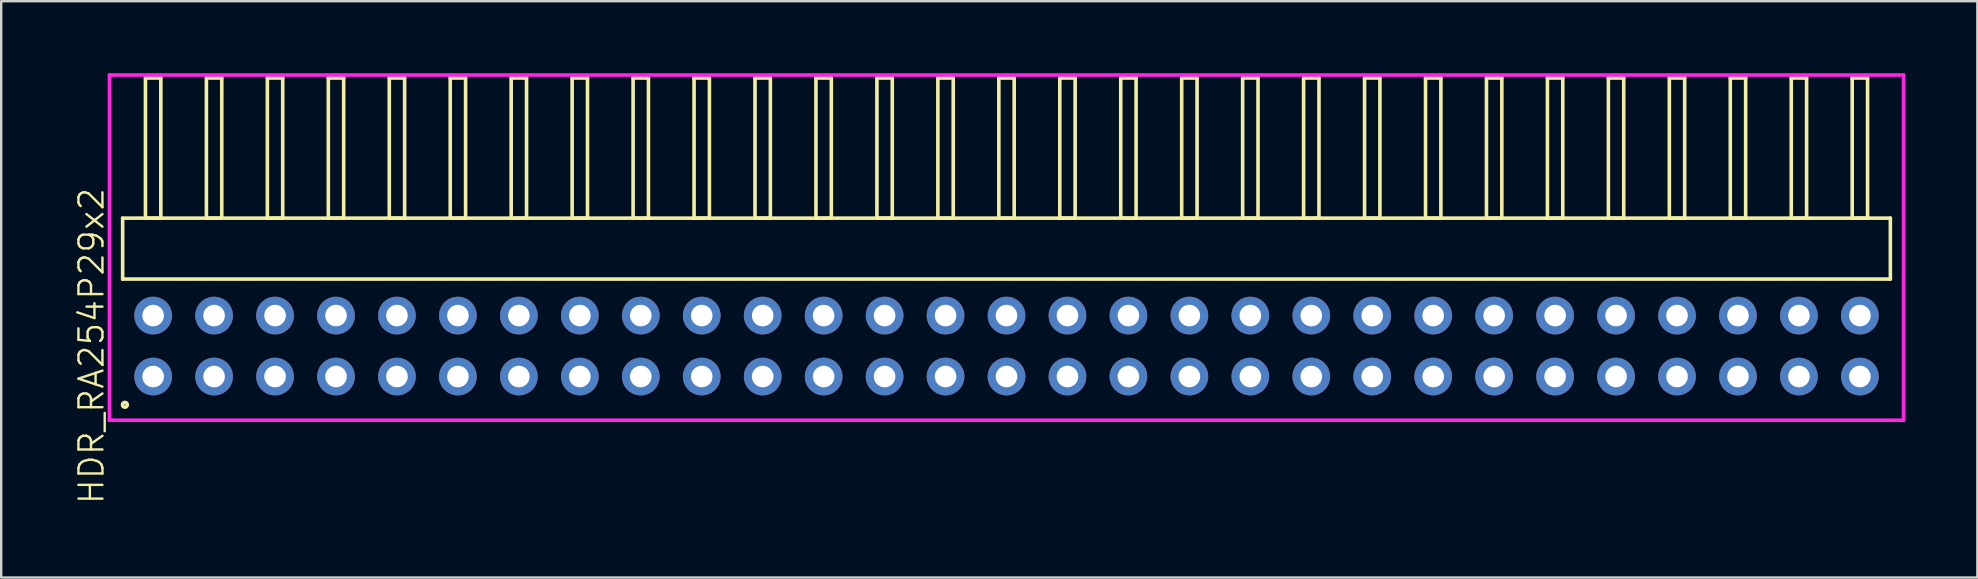
<source format=kicad_pcb>
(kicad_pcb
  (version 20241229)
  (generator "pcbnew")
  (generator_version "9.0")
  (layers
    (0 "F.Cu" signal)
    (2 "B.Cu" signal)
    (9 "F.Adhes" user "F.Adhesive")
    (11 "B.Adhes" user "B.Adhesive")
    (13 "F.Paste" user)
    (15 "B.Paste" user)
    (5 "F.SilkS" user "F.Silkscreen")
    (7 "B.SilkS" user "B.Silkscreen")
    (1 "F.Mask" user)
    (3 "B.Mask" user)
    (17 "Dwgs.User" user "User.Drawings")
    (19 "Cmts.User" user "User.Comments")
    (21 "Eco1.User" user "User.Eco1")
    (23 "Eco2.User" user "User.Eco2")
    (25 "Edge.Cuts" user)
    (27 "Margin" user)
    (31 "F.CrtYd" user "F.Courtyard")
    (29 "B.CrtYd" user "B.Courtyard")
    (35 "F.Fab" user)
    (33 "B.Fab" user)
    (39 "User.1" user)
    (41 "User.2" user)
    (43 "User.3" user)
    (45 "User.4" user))
  (footprint "HDR_RA254P29x2"
    (layer "F.Cu")
    (at 38.891 11.37)
    (property "Reference" "HDR_RA254P29x2" (at -38.13 0 90) (layer "F.SilkS") (effects (font (size 1 1) (thickness 0.1))))
    (attr through_hole)
    (fp_line (start -36.83 -5.33) (end -36.83 -2.79) (stroke (width 0.15) (type solid)) (layer "F.SilkS"))
    (fp_line (start -36.83 -2.79) (end 36.83 -2.79) (stroke (width 0.15) (type solid)) (layer "F.SilkS"))
    (fp_line (start -35.88 -11.17) (end -35.88 -5.33) (stroke (width 0.15) (type solid)) (layer "F.SilkS"))
    (fp_line (start -35.88 -5.33) (end -35.24 -5.33) (stroke (width 0.15) (type solid)) (layer "F.SilkS"))
    (fp_line (start -35.24 -11.17) (end -35.88 -11.17) (stroke (width 0.15) (type solid)) (layer "F.SilkS"))
    (fp_line (start -35.24 -5.33) (end -35.24 -11.17) (stroke (width 0.15) (type solid)) (layer "F.SilkS"))
    (fp_line (start -33.34 -11.17) (end -33.34 -5.33) (stroke (width 0.15) (type solid)) (layer "F.SilkS"))
    (fp_line (start -33.34 -5.33) (end -32.7 -5.33) (stroke (width 0.15) (type solid)) (layer "F.SilkS"))
    (fp_line (start -32.7 -11.17) (end -33.34 -11.17) (stroke (width 0.15) (type solid)) (layer "F.SilkS"))
    (fp_line (start -32.7 -5.33) (end -32.7 -11.17) (stroke (width 0.15) (type solid)) (layer "F.SilkS"))
    (fp_line (start -30.8 -11.17) (end -30.8 -5.33) (stroke (width 0.15) (type solid)) (layer "F.SilkS"))
    (fp_line (start -30.8 -5.33) (end -30.16 -5.33) (stroke (width 0.15) (type solid)) (layer "F.SilkS"))
    (fp_line (start -30.16 -11.17) (end -30.8 -11.17) (stroke (width 0.15) (type solid)) (layer "F.SilkS"))
    (fp_line (start -30.16 -5.33) (end -30.16 -11.17) (stroke (width 0.15) (type solid)) (layer "F.SilkS"))
    (fp_line (start -28.26 -11.17) (end -28.26 -5.33) (stroke (width 0.15) (type solid)) (layer "F.SilkS"))
    (fp_line (start -28.26 -5.33) (end -27.62 -5.33) (stroke (width 0.15) (type solid)) (layer "F.SilkS"))
    (fp_line (start -27.62 -11.17) (end -28.26 -11.17) (stroke (width 0.15) (type solid)) (layer "F.SilkS"))
    (fp_line (start -27.62 -5.33) (end -27.62 -11.17) (stroke (width 0.15) (type solid)) (layer "F.SilkS"))
    (fp_line (start -25.72 -11.17) (end -25.72 -5.33) (stroke (width 0.15) (type solid)) (layer "F.SilkS"))
    (fp_line (start -25.72 -5.33) (end -25.08 -5.33) (stroke (width 0.15) (type solid)) (layer "F.SilkS"))
    (fp_line (start -25.08 -11.17) (end -25.72 -11.17) (stroke (width 0.15) (type solid)) (layer "F.SilkS"))
    (fp_line (start -25.08 -5.33) (end -25.08 -11.17) (stroke (width 0.15) (type solid)) (layer "F.SilkS"))
    (fp_line (start -23.18 -11.17) (end -23.18 -5.33) (stroke (width 0.15) (type solid)) (layer "F.SilkS"))
    (fp_line (start -23.18 -5.33) (end -22.54 -5.33) (stroke (width 0.15) (type solid)) (layer "F.SilkS"))
    (fp_line (start -22.54 -11.17) (end -23.18 -11.17) (stroke (width 0.15) (type solid)) (layer "F.SilkS"))
    (fp_line (start -22.54 -5.33) (end -22.54 -11.17) (stroke (width 0.15) (type solid)) (layer "F.SilkS"))
    (fp_line (start -20.64 -11.17) (end -20.64 -5.33) (stroke (width 0.15) (type solid)) (layer "F.SilkS"))
    (fp_line (start -20.64 -5.33) (end -20 -5.33) (stroke (width 0.15) (type solid)) (layer "F.SilkS"))
    (fp_line (start -20 -11.17) (end -20.64 -11.17) (stroke (width 0.15) (type solid)) (layer "F.SilkS"))
    (fp_line (start -20 -5.33) (end -20 -11.17) (stroke (width 0.15) (type solid)) (layer "F.SilkS"))
    (fp_line (start -18.1 -11.17) (end -18.1 -5.33) (stroke (width 0.15) (type solid)) (layer "F.SilkS"))
    (fp_line (start -18.1 -5.33) (end -17.46 -5.33) (stroke (width 0.15) (type solid)) (layer "F.SilkS"))
    (fp_line (start -17.46 -11.17) (end -18.1 -11.17) (stroke (width 0.15) (type solid)) (layer "F.SilkS"))
    (fp_line (start -17.46 -5.33) (end -17.46 -11.17) (stroke (width 0.15) (type solid)) (layer "F.SilkS"))
    (fp_line (start -15.56 -11.17) (end -15.56 -5.33) (stroke (width 0.15) (type solid)) (layer "F.SilkS"))
    (fp_line (start -15.56 -5.33) (end -14.92 -5.33) (stroke (width 0.15) (type solid)) (layer "F.SilkS"))
    (fp_line (start -14.92 -11.17) (end -15.56 -11.17) (stroke (width 0.15) (type solid)) (layer "F.SilkS"))
    (fp_line (start -14.92 -5.33) (end -14.92 -11.17) (stroke (width 0.15) (type solid)) (layer "F.SilkS"))
    (fp_line (start -13.02 -11.17) (end -13.02 -5.33) (stroke (width 0.15) (type solid)) (layer "F.SilkS"))
    (fp_line (start -13.02 -5.33) (end -12.38 -5.33) (stroke (width 0.15) (type solid)) (layer "F.SilkS"))
    (fp_line (start -12.38 -11.17) (end -13.02 -11.17) (stroke (width 0.15) (type solid)) (layer "F.SilkS"))
    (fp_line (start -12.38 -5.33) (end -12.38 -11.17) (stroke (width 0.15) (type solid)) (layer "F.SilkS"))
    (fp_line (start -10.48 -11.17) (end -10.48 -5.33) (stroke (width 0.15) (type solid)) (layer "F.SilkS"))
    (fp_line (start -10.48 -5.33) (end -9.84 -5.33) (stroke (width 0.15) (type solid)) (layer "F.SilkS"))
    (fp_line (start -9.84 -11.17) (end -10.48 -11.17) (stroke (width 0.15) (type solid)) (layer "F.SilkS"))
    (fp_line (start -9.84 -5.33) (end -9.84 -11.17) (stroke (width 0.15) (type solid)) (layer "F.SilkS"))
    (fp_line (start -7.94 -11.17) (end -7.94 -5.33) (stroke (width 0.15) (type solid)) (layer "F.SilkS"))
    (fp_line (start -7.94 -5.33) (end -7.3 -5.33) (stroke (width 0.15) (type solid)) (layer "F.SilkS"))
    (fp_line (start -7.3 -11.17) (end -7.94 -11.17) (stroke (width 0.15) (type solid)) (layer "F.SilkS"))
    (fp_line (start -7.3 -5.33) (end -7.3 -11.17) (stroke (width 0.15) (type solid)) (layer "F.SilkS"))
    (fp_line (start -5.4 -11.17) (end -5.4 -5.33) (stroke (width 0.15) (type solid)) (layer "F.SilkS"))
    (fp_line (start -5.4 -5.33) (end -4.76 -5.33) (stroke (width 0.15) (type solid)) (layer "F.SilkS"))
    (fp_line (start -4.76 -11.17) (end -5.4 -11.17) (stroke (width 0.15) (type solid)) (layer "F.SilkS"))
    (fp_line (start -4.76 -5.33) (end -4.76 -11.17) (stroke (width 0.15) (type solid)) (layer "F.SilkS"))
    (fp_line (start -2.86 -11.17) (end -2.86 -5.33) (stroke (width 0.15) (type solid)) (layer "F.SilkS"))
    (fp_line (start -2.86 -5.33) (end -2.22 -5.33) (stroke (width 0.15) (type solid)) (layer "F.SilkS"))
    (fp_line (start -2.22 -11.17) (end -2.86 -11.17) (stroke (width 0.15) (type solid)) (layer "F.SilkS"))
    (fp_line (start -2.22 -5.33) (end -2.22 -11.17) (stroke (width 0.15) (type solid)) (layer "F.SilkS"))
    (fp_line (start -0.32 -11.17) (end -0.32 -5.33) (stroke (width 0.15) (type solid)) (layer "F.SilkS"))
    (fp_line (start -0.32 -5.33) (end 0.32 -5.33) (stroke (width 0.15) (type solid)) (layer "F.SilkS"))
    (fp_line (start 0.32 -11.17) (end -0.32 -11.17) (stroke (width 0.15) (type solid)) (layer "F.SilkS"))
    (fp_line (start 0.32 -5.33) (end 0.32 -11.17) (stroke (width 0.15) (type solid)) (layer "F.SilkS"))
    (fp_line (start 2.22 -11.17) (end 2.22 -5.33) (stroke (width 0.15) (type solid)) (layer "F.SilkS"))
    (fp_line (start 2.22 -5.33) (end 2.86 -5.33) (stroke (width 0.15) (type solid)) (layer "F.SilkS"))
    (fp_line (start 2.86 -11.17) (end 2.22 -11.17) (stroke (width 0.15) (type solid)) (layer "F.SilkS"))
    (fp_line (start 2.86 -5.33) (end 2.86 -11.17) (stroke (width 0.15) (type solid)) (layer "F.SilkS"))
    (fp_line (start 4.76 -11.17) (end 4.76 -5.33) (stroke (width 0.15) (type solid)) (layer "F.SilkS"))
    (fp_line (start 4.76 -5.33) (end 5.4 -5.33) (stroke (width 0.15) (type solid)) (layer "F.SilkS"))
    (fp_line (start 5.4 -11.17) (end 4.76 -11.17) (stroke (width 0.15) (type solid)) (layer "F.SilkS"))
    (fp_line (start 5.4 -5.33) (end 5.4 -11.17) (stroke (width 0.15) (type solid)) (layer "F.SilkS"))
    (fp_line (start 7.3 -11.17) (end 7.3 -5.33) (stroke (width 0.15) (type solid)) (layer "F.SilkS"))
    (fp_line (start 7.3 -5.33) (end 7.94 -5.33) (stroke (width 0.15) (type solid)) (layer "F.SilkS"))
    (fp_line (start 7.94 -11.17) (end 7.3 -11.17) (stroke (width 0.15) (type solid)) (layer "F.SilkS"))
    (fp_line (start 7.94 -5.33) (end 7.94 -11.17) (stroke (width 0.15) (type solid)) (layer "F.SilkS"))
    (fp_line (start 9.84 -11.17) (end 9.84 -5.33) (stroke (width 0.15) (type solid)) (layer "F.SilkS"))
    (fp_line (start 9.84 -5.33) (end 10.48 -5.33) (stroke (width 0.15) (type solid)) (layer "F.SilkS"))
    (fp_line (start 10.48 -11.17) (end 9.84 -11.17) (stroke (width 0.15) (type solid)) (layer "F.SilkS"))
    (fp_line (start 10.48 -5.33) (end 10.48 -11.17) (stroke (width 0.15) (type solid)) (layer "F.SilkS"))
    (fp_line (start 12.38 -11.17) (end 12.38 -5.33) (stroke (width 0.15) (type solid)) (layer "F.SilkS"))
    (fp_line (start 12.38 -5.33) (end 13.02 -5.33) (stroke (width 0.15) (type solid)) (layer "F.SilkS"))
    (fp_line (start 13.02 -11.17) (end 12.38 -11.17) (stroke (width 0.15) (type solid)) (layer "F.SilkS"))
    (fp_line (start 13.02 -5.33) (end 13.02 -11.17) (stroke (width 0.15) (type solid)) (layer "F.SilkS"))
    (fp_line (start 14.92 -11.17) (end 14.92 -5.33) (stroke (width 0.15) (type solid)) (layer "F.SilkS"))
    (fp_line (start 14.92 -5.33) (end 15.56 -5.33) (stroke (width 0.15) (type solid)) (layer "F.SilkS"))
    (fp_line (start 15.56 -11.17) (end 14.92 -11.17) (stroke (width 0.15) (type solid)) (layer "F.SilkS"))
    (fp_line (start 15.56 -5.33) (end 15.56 -11.17) (stroke (width 0.15) (type solid)) (layer "F.SilkS"))
    (fp_line (start 17.46 -11.17) (end 17.46 -5.33) (stroke (width 0.15) (type solid)) (layer "F.SilkS"))
    (fp_line (start 17.46 -5.33) (end 18.1 -5.33) (stroke (width 0.15) (type solid)) (layer "F.SilkS"))
    (fp_line (start 18.1 -11.17) (end 17.46 -11.17) (stroke (width 0.15) (type solid)) (layer "F.SilkS"))
    (fp_line (start 18.1 -5.33) (end 18.1 -11.17) (stroke (width 0.15) (type solid)) (layer "F.SilkS"))
    (fp_line (start 20 -11.17) (end 20 -5.33) (stroke (width 0.15) (type solid)) (layer "F.SilkS"))
    (fp_line (start 20 -5.33) (end 20.64 -5.33) (stroke (width 0.15) (type solid)) (layer "F.SilkS"))
    (fp_line (start 20.64 -11.17) (end 20 -11.17) (stroke (width 0.15) (type solid)) (layer "F.SilkS"))
    (fp_line (start 20.64 -5.33) (end 20.64 -11.17) (stroke (width 0.15) (type solid)) (layer "F.SilkS"))
    (fp_line (start 22.54 -11.17) (end 22.54 -5.33) (stroke (width 0.15) (type solid)) (layer "F.SilkS"))
    (fp_line (start 22.54 -5.33) (end 23.18 -5.33) (stroke (width 0.15) (type solid)) (layer "F.SilkS"))
    (fp_line (start 23.18 -11.17) (end 22.54 -11.17) (stroke (width 0.15) (type solid)) (layer "F.SilkS"))
    (fp_line (start 23.18 -5.33) (end 23.18 -11.17) (stroke (width 0.15) (type solid)) (layer "F.SilkS"))
    (fp_line (start 25.08 -11.17) (end 25.08 -5.33) (stroke (width 0.15) (type solid)) (layer "F.SilkS"))
    (fp_line (start 25.08 -5.33) (end 25.72 -5.33) (stroke (width 0.15) (type solid)) (layer "F.SilkS"))
    (fp_line (start 25.72 -11.17) (end 25.08 -11.17) (stroke (width 0.15) (type solid)) (layer "F.SilkS"))
    (fp_line (start 25.72 -5.33) (end 25.72 -11.17) (stroke (width 0.15) (type solid)) (layer "F.SilkS"))
    (fp_line (start 27.62 -11.17) (end 27.62 -5.33) (stroke (width 0.15) (type solid)) (layer "F.SilkS"))
    (fp_line (start 27.62 -5.33) (end 28.26 -5.33) (stroke (width 0.15) (type solid)) (layer "F.SilkS"))
    (fp_line (start 28.26 -11.17) (end 27.62 -11.17) (stroke (width 0.15) (type solid)) (layer "F.SilkS"))
    (fp_line (start 28.26 -5.33) (end 28.26 -11.17) (stroke (width 0.15) (type solid)) (layer "F.SilkS"))
    (fp_line (start 30.16 -11.17) (end 30.16 -5.33) (stroke (width 0.15) (type solid)) (layer "F.SilkS"))
    (fp_line (start 30.16 -5.33) (end 30.8 -5.33) (stroke (width 0.15) (type solid)) (layer "F.SilkS"))
    (fp_line (start 30.8 -11.17) (end 30.16 -11.17) (stroke (width 0.15) (type solid)) (layer "F.SilkS"))
    (fp_line (start 30.8 -5.33) (end 30.8 -11.17) (stroke (width 0.15) (type solid)) (layer "F.SilkS"))
    (fp_line (start 32.7 -11.17) (end 32.7 -5.33) (stroke (width 0.15) (type solid)) (layer "F.SilkS"))
    (fp_line (start 32.7 -5.33) (end 33.34 -5.33) (stroke (width 0.15) (type solid)) (layer "F.SilkS"))
    (fp_line (start 33.34 -11.17) (end 32.7 -11.17) (stroke (width 0.15) (type solid)) (layer "F.SilkS"))
    (fp_line (start 33.34 -5.33) (end 33.34 -11.17) (stroke (width 0.15) (type solid)) (layer "F.SilkS"))
    (fp_line (start 35.24 -11.17) (end 35.24 -5.33) (stroke (width 0.15) (type solid)) (layer "F.SilkS"))
    (fp_line (start 35.24 -5.33) (end 35.88 -5.33) (stroke (width 0.15) (type solid)) (layer "F.SilkS"))
    (fp_line (start 35.88 -11.17) (end 35.24 -11.17) (stroke (width 0.15) (type solid)) (layer "F.SilkS"))
    (fp_line (start 35.88 -5.33) (end 35.88 -11.17) (stroke (width 0.15) (type solid)) (layer "F.SilkS"))
    (fp_line (start 36.83 -5.33) (end -36.83 -5.33) (stroke (width 0.15) (type solid)) (layer "F.SilkS"))
    (fp_line (start 36.83 -2.79) (end 36.83 -5.33) (stroke (width 0.15) (type solid)) (layer "F.SilkS"))
    (fp_circle (center -36.737 2.448) (end -36.637 2.448) (stroke (width 0.15) (type solid)) (fill no) (layer "F.SilkS"))
    (fp_line (start -37.38 -11.295) (end -37.38 3.09) (stroke (width 0.15) (type solid)) (layer "F.CrtYd"))
    (fp_line (start -37.38 3.09) (end 37.38 3.09) (stroke (width 0.15) (type solid)) (layer "F.CrtYd"))
    (fp_line (start 37.38 -11.295) (end -37.38 -11.295) (stroke (width 0.15) (type solid)) (layer "F.CrtYd"))
    (fp_line (start 37.38 3.09) (end 37.38 -11.295) (stroke (width 0.15) (type solid)) (layer "F.CrtYd"))
    (pad "1" thru_hole oval (at -35.56 1.27) (size 1.57 1.57) (drill 0.9) (layers "*.Cu" "*.Mask"))
    (pad "2" thru_hole oval (at -35.56 -1.27) (size 1.57 1.57) (drill 0.9) (layers "*.Cu" "*.Mask"))
    (pad "3" thru_hole oval (at -33.02 1.27) (size 1.57 1.57) (drill 0.9) (layers "*.Cu" "*.Mask"))
    (pad "4" thru_hole oval (at -33.02 -1.27) (size 1.57 1.57) (drill 0.9) (layers "*.Cu" "*.Mask"))
    (pad "5" thru_hole oval (at -30.48 1.27) (size 1.57 1.57) (drill 0.9) (layers "*.Cu" "*.Mask"))
    (pad "6" thru_hole oval (at -30.48 -1.27) (size 1.57 1.57) (drill 0.9) (layers "*.Cu" "*.Mask"))
    (pad "7" thru_hole oval (at -27.94 1.27) (size 1.57 1.57) (drill 0.9) (layers "*.Cu" "*.Mask"))
    (pad "8" thru_hole oval (at -27.94 -1.27) (size 1.57 1.57) (drill 0.9) (layers "*.Cu" "*.Mask"))
    (pad "9" thru_hole oval (at -25.4 1.27) (size 1.57 1.57) (drill 0.9) (layers "*.Cu" "*.Mask"))
    (pad "10" thru_hole oval (at -25.4 -1.27) (size 1.57 1.57) (drill 0.9) (layers "*.Cu" "*.Mask"))
    (pad "11" thru_hole oval (at -22.86 1.27) (size 1.57 1.57) (drill 0.9) (layers "*.Cu" "*.Mask"))
    (pad "12" thru_hole oval (at -22.86 -1.27) (size 1.57 1.57) (drill 0.9) (layers "*.Cu" "*.Mask"))
    (pad "13" thru_hole oval (at -20.32 1.27) (size 1.57 1.57) (drill 0.9) (layers "*.Cu" "*.Mask"))
    (pad "14" thru_hole oval (at -20.32 -1.27) (size 1.57 1.57) (drill 0.9) (layers "*.Cu" "*.Mask"))
    (pad "15" thru_hole oval (at -17.78 1.27) (size 1.57 1.57) (drill 0.9) (layers "*.Cu" "*.Mask"))
    (pad "16" thru_hole oval (at -17.78 -1.27) (size 1.57 1.57) (drill 0.9) (layers "*.Cu" "*.Mask"))
    (pad "17" thru_hole oval (at -15.24 1.27) (size 1.57 1.57) (drill 0.9) (layers "*.Cu" "*.Mask"))
    (pad "18" thru_hole oval (at -15.24 -1.27) (size 1.57 1.57) (drill 0.9) (layers "*.Cu" "*.Mask"))
    (pad "19" thru_hole oval (at -12.7 1.27) (size 1.57 1.57) (drill 0.9) (layers "*.Cu" "*.Mask"))
    (pad "20" thru_hole oval (at -12.7 -1.27) (size 1.57 1.57) (drill 0.9) (layers "*.Cu" "*.Mask"))
    (pad "21" thru_hole oval (at -10.16 1.27) (size 1.57 1.57) (drill 0.9) (layers "*.Cu" "*.Mask"))
    (pad "22" thru_hole oval (at -10.16 -1.27) (size 1.57 1.57) (drill 0.9) (layers "*.Cu" "*.Mask"))
    (pad "23" thru_hole oval (at -7.62 1.27) (size 1.57 1.57) (drill 0.9) (layers "*.Cu" "*.Mask"))
    (pad "24" thru_hole oval (at -7.62 -1.27) (size 1.57 1.57) (drill 0.9) (layers "*.Cu" "*.Mask"))
    (pad "25" thru_hole oval (at -5.08 1.27) (size 1.57 1.57) (drill 0.9) (layers "*.Cu" "*.Mask"))
    (pad "26" thru_hole oval (at -5.08 -1.27) (size 1.57 1.57) (drill 0.9) (layers "*.Cu" "*.Mask"))
    (pad "27" thru_hole oval (at -2.54 1.27) (size 1.57 1.57) (drill 0.9) (layers "*.Cu" "*.Mask"))
    (pad "28" thru_hole oval (at -2.54 -1.27) (size 1.57 1.57) (drill 0.9) (layers "*.Cu" "*.Mask"))
    (pad "29" thru_hole oval (at 0 1.27) (size 1.57 1.57) (drill 0.9) (layers "*.Cu" "*.Mask"))
    (pad "30" thru_hole oval (at 0 -1.27) (size 1.57 1.57) (drill 0.9) (layers "*.Cu" "*.Mask"))
    (pad "31" thru_hole oval (at 2.54 1.27) (size 1.57 1.57) (drill 0.9) (layers "*.Cu" "*.Mask"))
    (pad "32" thru_hole oval (at 2.54 -1.27) (size 1.57 1.57) (drill 0.9) (layers "*.Cu" "*.Mask"))
    (pad "33" thru_hole oval (at 5.08 1.27) (size 1.57 1.57) (drill 0.9) (layers "*.Cu" "*.Mask"))
    (pad "34" thru_hole oval (at 5.08 -1.27) (size 1.57 1.57) (drill 0.9) (layers "*.Cu" "*.Mask"))
    (pad "35" thru_hole oval (at 7.62 1.27) (size 1.57 1.57) (drill 0.9) (layers "*.Cu" "*.Mask"))
    (pad "36" thru_hole oval (at 7.62 -1.27) (size 1.57 1.57) (drill 0.9) (layers "*.Cu" "*.Mask"))
    (pad "37" thru_hole oval (at 10.16 1.27) (size 1.57 1.57) (drill 0.9) (layers "*.Cu" "*.Mask"))
    (pad "38" thru_hole oval (at 10.16 -1.27) (size 1.57 1.57) (drill 0.9) (layers "*.Cu" "*.Mask"))
    (pad "39" thru_hole oval (at 12.7 1.27) (size 1.57 1.57) (drill 0.9) (layers "*.Cu" "*.Mask"))
    (pad "40" thru_hole oval (at 12.7 -1.27) (size 1.57 1.57) (drill 0.9) (layers "*.Cu" "*.Mask"))
    (pad "41" thru_hole oval (at 15.24 1.27) (size 1.57 1.57) (drill 0.9) (layers "*.Cu" "*.Mask"))
    (pad "42" thru_hole oval (at 15.24 -1.27) (size 1.57 1.57) (drill 0.9) (layers "*.Cu" "*.Mask"))
    (pad "43" thru_hole oval (at 17.78 1.27) (size 1.57 1.57) (drill 0.9) (layers "*.Cu" "*.Mask"))
    (pad "44" thru_hole oval (at 17.78 -1.27) (size 1.57 1.57) (drill 0.9) (layers "*.Cu" "*.Mask"))
    (pad "45" thru_hole oval (at 20.32 1.27) (size 1.57 1.57) (drill 0.9) (layers "*.Cu" "*.Mask"))
    (pad "46" thru_hole oval (at 20.32 -1.27) (size 1.57 1.57) (drill 0.9) (layers "*.Cu" "*.Mask"))
    (pad "47" thru_hole oval (at 22.86 1.27) (size 1.57 1.57) (drill 0.9) (layers "*.Cu" "*.Mask"))
    (pad "48" thru_hole oval (at 22.86 -1.27) (size 1.57 1.57) (drill 0.9) (layers "*.Cu" "*.Mask"))
    (pad "49" thru_hole oval (at 25.4 1.27) (size 1.57 1.57) (drill 0.9) (layers "*.Cu" "*.Mask"))
    (pad "50" thru_hole oval (at 25.4 -1.27) (size 1.57 1.57) (drill 0.9) (layers "*.Cu" "*.Mask"))
    (pad "51" thru_hole oval (at 27.94 1.27) (size 1.57 1.57) (drill 0.9) (layers "*.Cu" "*.Mask"))
    (pad "52" thru_hole oval (at 27.94 -1.27) (size 1.57 1.57) (drill 0.9) (layers "*.Cu" "*.Mask"))
    (pad "53" thru_hole oval (at 30.48 1.27) (size 1.57 1.57) (drill 0.9) (layers "*.Cu" "*.Mask"))
    (pad "54" thru_hole oval (at 30.48 -1.27) (size 1.57 1.57) (drill 0.9) (layers "*.Cu" "*.Mask"))
    (pad "55" thru_hole oval (at 33.02 1.27) (size 1.57 1.57) (drill 0.9) (layers "*.Cu" "*.Mask"))
    (pad "56" thru_hole oval (at 33.02 -1.27) (size 1.57 1.57) (drill 0.9) (layers "*.Cu" "*.Mask"))
    (pad "57" thru_hole oval (at 35.56 1.27) (size 1.57 1.57) (drill 0.9) (layers "*.Cu" "*.Mask"))
    (pad "58" thru_hole oval (at 35.56 -1.27) (size 1.57 1.57) (drill 0.9) (layers "*.Cu" "*.Mask")))
  (gr_rect
    (start -3 -3)
    (end 79.346 21.015)
    (stroke (width 0.1) (type default))
    (fill no)
    (layer "Edge.Cuts")))
</source>
